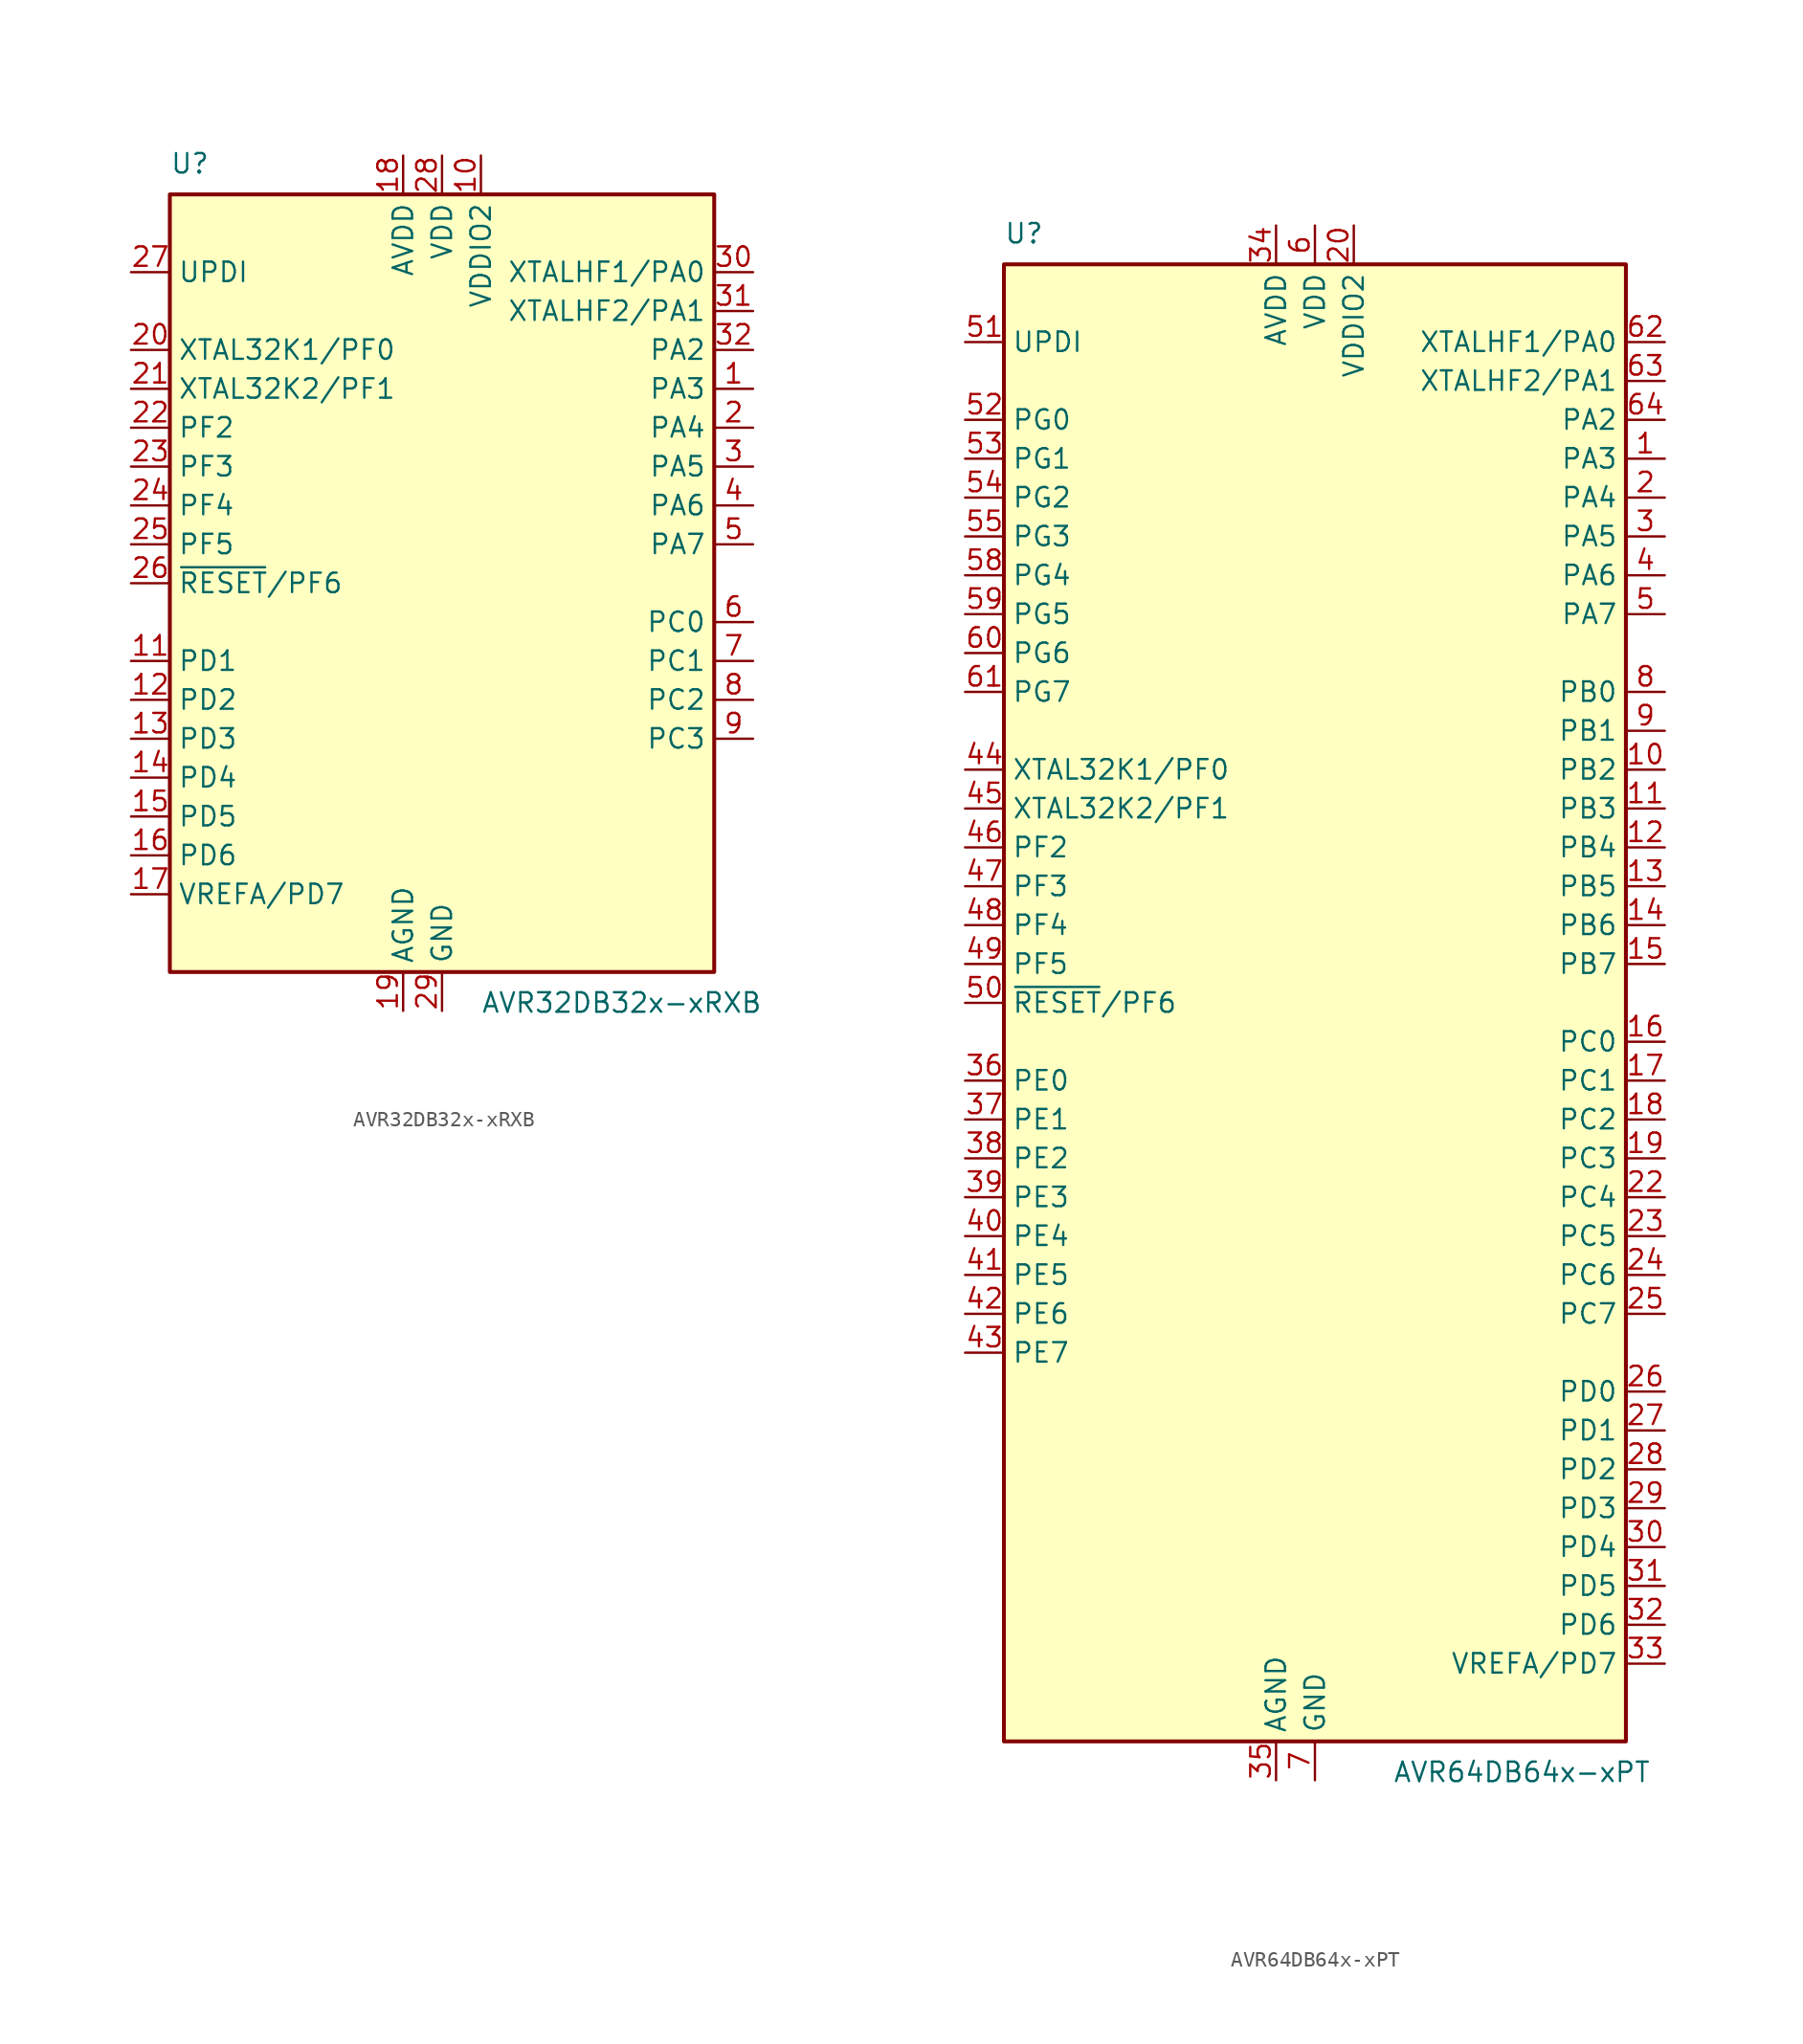
<source format=kicad_sym>
(kicad_symbol_lib
  (version 20231120)
  (generator "kicad_symbol_editor")
  (generator_version "8.0")
  (symbol "AVR32DB32x-xRXB"
    (property "Reference" "U"
      (at -17.78 26.67 0)
      (effects (font (size 1.27 1.27)) (justify left bottom)))
    (property "Value" "AVR32DB32x-xRXB"
      (at 2.54 -26.67 0)
      (effects (font (size 1.27 1.27)) (justify left top)))
    (symbol "AVR32DB32x-xRXB_0_1"
      (rectangle (start -17.78 25.4) (end 17.78 -25.4) (stroke (width 0.254) (type default)) (fill (type background))))
    (symbol "AVR32DB32x-xRXB_1_1"
      (pin bidirectional line (at 20.32 12.7 180) (length 2.54) (name "PA3" (effects (font (size 1.27 1.27)))) (number "1" (effects (font (size 1.27 1.27)))))
      (pin power_in line (at 2.54 27.94 270) (length 2.54) (name "VDDIO2" (effects (font (size 1.27 1.27)))) (number "10" (effects (font (size 1.27 1.27)))))
      (pin bidirectional line (at -20.32 -5.08 0) (length 2.54) (name "PD1" (effects (font (size 1.27 1.27)))) (number "11" (effects (font (size 1.27 1.27)))))
      (pin bidirectional line (at -20.32 -7.62 0) (length 2.54) (name "PD2" (effects (font (size 1.27 1.27)))) (number "12" (effects (font (size 1.27 1.27)))))
      (pin bidirectional line (at -20.32 -10.16 0) (length 2.54) (name "PD3" (effects (font (size 1.27 1.27)))) (number "13" (effects (font (size 1.27 1.27)))))
      (pin bidirectional line (at -20.32 -12.7 0) (length 2.54) (name "PD4" (effects (font (size 1.27 1.27)))) (number "14" (effects (font (size 1.27 1.27)))))
      (pin bidirectional line (at -20.32 -15.24 0) (length 2.54) (name "PD5" (effects (font (size 1.27 1.27)))) (number "15" (effects (font (size 1.27 1.27)))))
      (pin bidirectional line (at -20.32 -17.78 0) (length 2.54) (name "PD6" (effects (font (size 1.27 1.27)))) (number "16" (effects (font (size 1.27 1.27)))))
      (pin bidirectional line (at -20.32 -20.32 0) (length 2.54) (name "VREFA/PD7" (effects (font (size 1.27 1.27)))) (number "17" (effects (font (size 1.27 1.27)))))
      (pin power_in line (at -2.54 27.94 270) (length 2.54) (name "AVDD" (effects (font (size 1.27 1.27)))) (number "18" (effects (font (size 1.27 1.27)))))
      (pin power_in line (at -2.54 -27.94 90) (length 2.54) (name "AGND" (effects (font (size 1.27 1.27)))) (number "19" (effects (font (size 1.27 1.27)))))
      (pin bidirectional line (at 20.32 10.16 180) (length 2.54) (name "PA4" (effects (font (size 1.27 1.27)))) (number "2" (effects (font (size 1.27 1.27)))))
      (pin bidirectional line (at -20.32 15.24 0) (length 2.54) (name "XTAL32K1/PF0" (effects (font (size 1.27 1.27)))) (number "20" (effects (font (size 1.27 1.27)))))
      (pin bidirectional line (at -20.32 12.7 0) (length 2.54) (name "XTAL32K2/PF1" (effects (font (size 1.27 1.27)))) (number "21" (effects (font (size 1.27 1.27)))))
      (pin bidirectional line (at -20.32 10.16 0) (length 2.54) (name "PF2" (effects (font (size 1.27 1.27)))) (number "22" (effects (font (size 1.27 1.27)))))
      (pin bidirectional line (at -20.32 7.62 0) (length 2.54) (name "PF3" (effects (font (size 1.27 1.27)))) (number "23" (effects (font (size 1.27 1.27)))))
      (pin bidirectional line (at -20.32 5.08 0) (length 2.54) (name "PF4" (effects (font (size 1.27 1.27)))) (number "24" (effects (font (size 1.27 1.27)))))
      (pin bidirectional line (at -20.32 2.54 0) (length 2.54) (name "PF5" (effects (font (size 1.27 1.27)))) (number "25" (effects (font (size 1.27 1.27)))))
      (pin input line (at -20.32 0 0) (length 2.54) (name "~{RESET}/PF6" (effects (font (size 1.27 1.27)))) (number "26" (effects (font (size 1.27 1.27)))))
      (pin input line (at -20.32 20.32 0) (length 2.54) (name "UPDI" (effects (font (size 1.27 1.27)))) (number "27" (effects (font (size 1.27 1.27)))))
      (pin power_in line (at 0 27.94 270) (length 2.54) (name "VDD" (effects (font (size 1.27 1.27)))) (number "28" (effects (font (size 1.27 1.27)))))
      (pin power_in line (at 0 -27.94 90) (length 2.54) (name "GND" (effects (font (size 1.27 1.27)))) (number "29" (effects (font (size 1.27 1.27)))))
      (pin bidirectional line (at 20.32 7.62 180) (length 2.54) (name "PA5" (effects (font (size 1.27 1.27)))) (number "3" (effects (font (size 1.27 1.27)))))
      (pin bidirectional line (at 20.32 20.32 180) (length 2.54) (name "XTALHF1/PA0" (effects (font (size 1.27 1.27)))) (number "30" (effects (font (size 1.27 1.27)))))
      (pin bidirectional line (at 20.32 17.78 180) (length 2.54) (name "XTALHF2/PA1" (effects (font (size 1.27 1.27)))) (number "31" (effects (font (size 1.27 1.27)))))
      (pin bidirectional line (at 20.32 15.24 180) (length 2.54) (name "PA2" (effects (font (size 1.27 1.27)))) (number "32" (effects (font (size 1.27 1.27)))))
      (pin passive line (at 0 -27.94 90) (length 2.54) hide (name "GND" (effects (font (size 1.27 1.27)))) (number "33" (effects (font (size 1.27 1.27)))))
      (pin bidirectional line (at 20.32 5.08 180) (length 2.54) (name "PA6" (effects (font (size 1.27 1.27)))) (number "4" (effects (font (size 1.27 1.27)))))
      (pin bidirectional line (at 20.32 2.54 180) (length 2.54) (name "PA7" (effects (font (size 1.27 1.27)))) (number "5" (effects (font (size 1.27 1.27)))))
      (pin bidirectional line (at 20.32 -2.54 180) (length 2.54) (name "PC0" (effects (font (size 1.27 1.27)))) (number "6" (effects (font (size 1.27 1.27)))))
      (pin bidirectional line (at 20.32 -5.08 180) (length 2.54) (name "PC1" (effects (font (size 1.27 1.27)))) (number "7" (effects (font (size 1.27 1.27)))))
      (pin bidirectional line (at 20.32 -7.62 180) (length 2.54) (name "PC2" (effects (font (size 1.27 1.27)))) (number "8" (effects (font (size 1.27 1.27)))))
      (pin bidirectional line (at 20.32 -10.16 180) (length 2.54) (name "PC3" (effects (font (size 1.27 1.27)))) (number "9" (effects (font (size 1.27 1.27)))))))
  (symbol "AVR64DB64x-xPT"
    (property "Reference" "U"
      (at -20.32 49.53 0)
      (effects (font (size 1.27 1.27)) (justify left bottom)))
    (property "Value" "AVR64DB64x-xPT"
      (at 5.08 -49.53 0)
      (effects (font (size 1.27 1.27)) (justify left top)))
    (symbol "AVR64DB64x-xPT_0_1"
      (rectangle (start -20.32 48.26) (end 20.32 -48.26) (stroke (width 0.254) (type default)) (fill (type background))))
    (symbol "AVR64DB64x-xPT_1_1"
      (pin bidirectional line (at 22.86 35.56 180) (length 2.54) (name "PA3" (effects (font (size 1.27 1.27)))) (number "1" (effects (font (size 1.27 1.27)))))
      (pin bidirectional line (at 22.86 15.24 180) (length 2.54) (name "PB2" (effects (font (size 1.27 1.27)))) (number "10" (effects (font (size 1.27 1.27)))))
      (pin bidirectional line (at 22.86 12.7 180) (length 2.54) (name "PB3" (effects (font (size 1.27 1.27)))) (number "11" (effects (font (size 1.27 1.27)))))
      (pin bidirectional line (at 22.86 10.16 180) (length 2.54) (name "PB4" (effects (font (size 1.27 1.27)))) (number "12" (effects (font (size 1.27 1.27)))))
      (pin bidirectional line (at 22.86 7.62 180) (length 2.54) (name "PB5" (effects (font (size 1.27 1.27)))) (number "13" (effects (font (size 1.27 1.27)))))
      (pin bidirectional line (at 22.86 5.08 180) (length 2.54) (name "PB6" (effects (font (size 1.27 1.27)))) (number "14" (effects (font (size 1.27 1.27)))))
      (pin bidirectional line (at 22.86 2.54 180) (length 2.54) (name "PB7" (effects (font (size 1.27 1.27)))) (number "15" (effects (font (size 1.27 1.27)))))
      (pin bidirectional line (at 22.86 -2.54 180) (length 2.54) (name "PC0" (effects (font (size 1.27 1.27)))) (number "16" (effects (font (size 1.27 1.27)))))
      (pin bidirectional line (at 22.86 -5.08 180) (length 2.54) (name "PC1" (effects (font (size 1.27 1.27)))) (number "17" (effects (font (size 1.27 1.27)))))
      (pin bidirectional line (at 22.86 -7.62 180) (length 2.54) (name "PC2" (effects (font (size 1.27 1.27)))) (number "18" (effects (font (size 1.27 1.27)))))
      (pin bidirectional line (at 22.86 -10.16 180) (length 2.54) (name "PC3" (effects (font (size 1.27 1.27)))) (number "19" (effects (font (size 1.27 1.27)))))
      (pin bidirectional line (at 22.86 33.02 180) (length 2.54) (name "PA4" (effects (font (size 1.27 1.27)))) (number "2" (effects (font (size 1.27 1.27)))))
      (pin power_in line (at 2.54 50.8 270) (length 2.54) (name "VDDIO2" (effects (font (size 1.27 1.27)))) (number "20" (effects (font (size 1.27 1.27)))))
      (pin passive line (at 0 -50.8 90) (length 2.54) hide (name "GND" (effects (font (size 1.27 1.27)))) (number "21" (effects (font (size 1.27 1.27)))))
      (pin bidirectional line (at 22.86 -12.7 180) (length 2.54) (name "PC4" (effects (font (size 1.27 1.27)))) (number "22" (effects (font (size 1.27 1.27)))))
      (pin bidirectional line (at 22.86 -15.24 180) (length 2.54) (name "PC5" (effects (font (size 1.27 1.27)))) (number "23" (effects (font (size 1.27 1.27)))))
      (pin bidirectional line (at 22.86 -17.78 180) (length 2.54) (name "PC6" (effects (font (size 1.27 1.27)))) (number "24" (effects (font (size 1.27 1.27)))))
      (pin bidirectional line (at 22.86 -20.32 180) (length 2.54) (name "PC7" (effects (font (size 1.27 1.27)))) (number "25" (effects (font (size 1.27 1.27)))))
      (pin bidirectional line (at 22.86 -25.4 180) (length 2.54) (name "PD0" (effects (font (size 1.27 1.27)))) (number "26" (effects (font (size 1.27 1.27)))))
      (pin bidirectional line (at 22.86 -27.94 180) (length 2.54) (name "PD1" (effects (font (size 1.27 1.27)))) (number "27" (effects (font (size 1.27 1.27)))))
      (pin bidirectional line (at 22.86 -30.48 180) (length 2.54) (name "PD2" (effects (font (size 1.27 1.27)))) (number "28" (effects (font (size 1.27 1.27)))))
      (pin bidirectional line (at 22.86 -33.02 180) (length 2.54) (name "PD3" (effects (font (size 1.27 1.27)))) (number "29" (effects (font (size 1.27 1.27)))))
      (pin bidirectional line (at 22.86 30.48 180) (length 2.54) (name "PA5" (effects (font (size 1.27 1.27)))) (number "3" (effects (font (size 1.27 1.27)))))
      (pin bidirectional line (at 22.86 -35.56 180) (length 2.54) (name "PD4" (effects (font (size 1.27 1.27)))) (number "30" (effects (font (size 1.27 1.27)))))
      (pin bidirectional line (at 22.86 -38.1 180) (length 2.54) (name "PD5" (effects (font (size 1.27 1.27)))) (number "31" (effects (font (size 1.27 1.27)))))
      (pin bidirectional line (at 22.86 -40.64 180) (length 2.54) (name "PD6" (effects (font (size 1.27 1.27)))) (number "32" (effects (font (size 1.27 1.27)))))
      (pin bidirectional line (at 22.86 -43.18 180) (length 2.54) (name "VREFA/PD7" (effects (font (size 1.27 1.27)))) (number "33" (effects (font (size 1.27 1.27)))))
      (pin power_in line (at -2.54 50.8 270) (length 2.54) (name "AVDD" (effects (font (size 1.27 1.27)))) (number "34" (effects (font (size 1.27 1.27)))))
      (pin power_in line (at -2.54 -50.8 90) (length 2.54) (name "AGND" (effects (font (size 1.27 1.27)))) (number "35" (effects (font (size 1.27 1.27)))))
      (pin bidirectional line (at -22.86 -5.08 0) (length 2.54) (name "PE0" (effects (font (size 1.27 1.27)))) (number "36" (effects (font (size 1.27 1.27)))))
      (pin bidirectional line (at -22.86 -7.62 0) (length 2.54) (name "PE1" (effects (font (size 1.27 1.27)))) (number "37" (effects (font (size 1.27 1.27)))))
      (pin bidirectional line (at -22.86 -10.16 0) (length 2.54) (name "PE2" (effects (font (size 1.27 1.27)))) (number "38" (effects (font (size 1.27 1.27)))))
      (pin bidirectional line (at -22.86 -12.7 0) (length 2.54) (name "PE3" (effects (font (size 1.27 1.27)))) (number "39" (effects (font (size 1.27 1.27)))))
      (pin bidirectional line (at 22.86 27.94 180) (length 2.54) (name "PA6" (effects (font (size 1.27 1.27)))) (number "4" (effects (font (size 1.27 1.27)))))
      (pin bidirectional line (at -22.86 -15.24 0) (length 2.54) (name "PE4" (effects (font (size 1.27 1.27)))) (number "40" (effects (font (size 1.27 1.27)))))
      (pin bidirectional line (at -22.86 -17.78 0) (length 2.54) (name "PE5" (effects (font (size 1.27 1.27)))) (number "41" (effects (font (size 1.27 1.27)))))
      (pin bidirectional line (at -22.86 -20.32 0) (length 2.54) (name "PE6" (effects (font (size 1.27 1.27)))) (number "42" (effects (font (size 1.27 1.27)))))
      (pin bidirectional line (at -22.86 -22.86 0) (length 2.54) (name "PE7" (effects (font (size 1.27 1.27)))) (number "43" (effects (font (size 1.27 1.27)))))
      (pin bidirectional line (at -22.86 15.24 0) (length 2.54) (name "XTAL32K1/PF0" (effects (font (size 1.27 1.27)))) (number "44" (effects (font (size 1.27 1.27)))))
      (pin bidirectional line (at -22.86 12.7 0) (length 2.54) (name "XTAL32K2/PF1" (effects (font (size 1.27 1.27)))) (number "45" (effects (font (size 1.27 1.27)))))
      (pin bidirectional line (at -22.86 10.16 0) (length 2.54) (name "PF2" (effects (font (size 1.27 1.27)))) (number "46" (effects (font (size 1.27 1.27)))))
      (pin bidirectional line (at -22.86 7.62 0) (length 2.54) (name "PF3" (effects (font (size 1.27 1.27)))) (number "47" (effects (font (size 1.27 1.27)))))
      (pin bidirectional line (at -22.86 5.08 0) (length 2.54) (name "PF4" (effects (font (size 1.27 1.27)))) (number "48" (effects (font (size 1.27 1.27)))))
      (pin bidirectional line (at -22.86 2.54 0) (length 2.54) (name "PF5" (effects (font (size 1.27 1.27)))) (number "49" (effects (font (size 1.27 1.27)))))
      (pin bidirectional line (at 22.86 25.4 180) (length 2.54) (name "PA7" (effects (font (size 1.27 1.27)))) (number "5" (effects (font (size 1.27 1.27)))))
      (pin bidirectional line (at -22.86 0 0) (length 2.54) (name "~{RESET}/PF6" (effects (font (size 1.27 1.27)))) (number "50" (effects (font (size 1.27 1.27)))))
      (pin input line (at -22.86 43.18 0) (length 2.54) (name "UPDI" (effects (font (size 1.27 1.27)))) (number "51" (effects (font (size 1.27 1.27)))))
      (pin bidirectional line (at -22.86 38.1 0) (length 2.54) (name "PG0" (effects (font (size 1.27 1.27)))) (number "52" (effects (font (size 1.27 1.27)))))
      (pin bidirectional line (at -22.86 35.56 0) (length 2.54) (name "PG1" (effects (font (size 1.27 1.27)))) (number "53" (effects (font (size 1.27 1.27)))))
      (pin bidirectional line (at -22.86 33.02 0) (length 2.54) (name "PG2" (effects (font (size 1.27 1.27)))) (number "54" (effects (font (size 1.27 1.27)))))
      (pin bidirectional line (at -22.86 30.48 0) (length 2.54) (name "PG3" (effects (font (size 1.27 1.27)))) (number "55" (effects (font (size 1.27 1.27)))))
      (pin passive line (at 0 50.8 270) (length 2.54) hide (name "VDD" (effects (font (size 1.27 1.27)))) (number "56" (effects (font (size 1.27 1.27)))))
      (pin passive line (at 0 -50.8 90) (length 2.54) hide (name "GND" (effects (font (size 1.27 1.27)))) (number "57" (effects (font (size 1.27 1.27)))))
      (pin bidirectional line (at -22.86 27.94 0) (length 2.54) (name "PG4" (effects (font (size 1.27 1.27)))) (number "58" (effects (font (size 1.27 1.27)))))
      (pin bidirectional line (at -22.86 25.4 0) (length 2.54) (name "PG5" (effects (font (size 1.27 1.27)))) (number "59" (effects (font (size 1.27 1.27)))))
      (pin power_in line (at 0 50.8 270) (length 2.54) (name "VDD" (effects (font (size 1.27 1.27)))) (number "6" (effects (font (size 1.27 1.27)))))
      (pin bidirectional line (at -22.86 22.86 0) (length 2.54) (name "PG6" (effects (font (size 1.27 1.27)))) (number "60" (effects (font (size 1.27 1.27)))))
      (pin bidirectional line (at -22.86 20.32 0) (length 2.54) (name "PG7" (effects (font (size 1.27 1.27)))) (number "61" (effects (font (size 1.27 1.27)))))
      (pin bidirectional line (at 22.86 43.18 180) (length 2.54) (name "XTALHF1/PA0" (effects (font (size 1.27 1.27)))) (number "62" (effects (font (size 1.27 1.27)))))
      (pin bidirectional line (at 22.86 40.64 180) (length 2.54) (name "XTALHF2/PA1" (effects (font (size 1.27 1.27)))) (number "63" (effects (font (size 1.27 1.27)))))
      (pin bidirectional line (at 22.86 38.1 180) (length 2.54) (name "PA2" (effects (font (size 1.27 1.27)))) (number "64" (effects (font (size 1.27 1.27)))))
      (pin power_in line (at 0 -50.8 90) (length 2.54) (name "GND" (effects (font (size 1.27 1.27)))) (number "7" (effects (font (size 1.27 1.27)))))
      (pin bidirectional line (at 22.86 20.32 180) (length 2.54) (name "PB0" (effects (font (size 1.27 1.27)))) (number "8" (effects (font (size 1.27 1.27)))))
      (pin bidirectional line (at 22.86 17.78 180) (length 2.54) (name "PB1" (effects (font (size 1.27 1.27)))) (number "9" (effects (font (size 1.27 1.27))))))))
</source>
